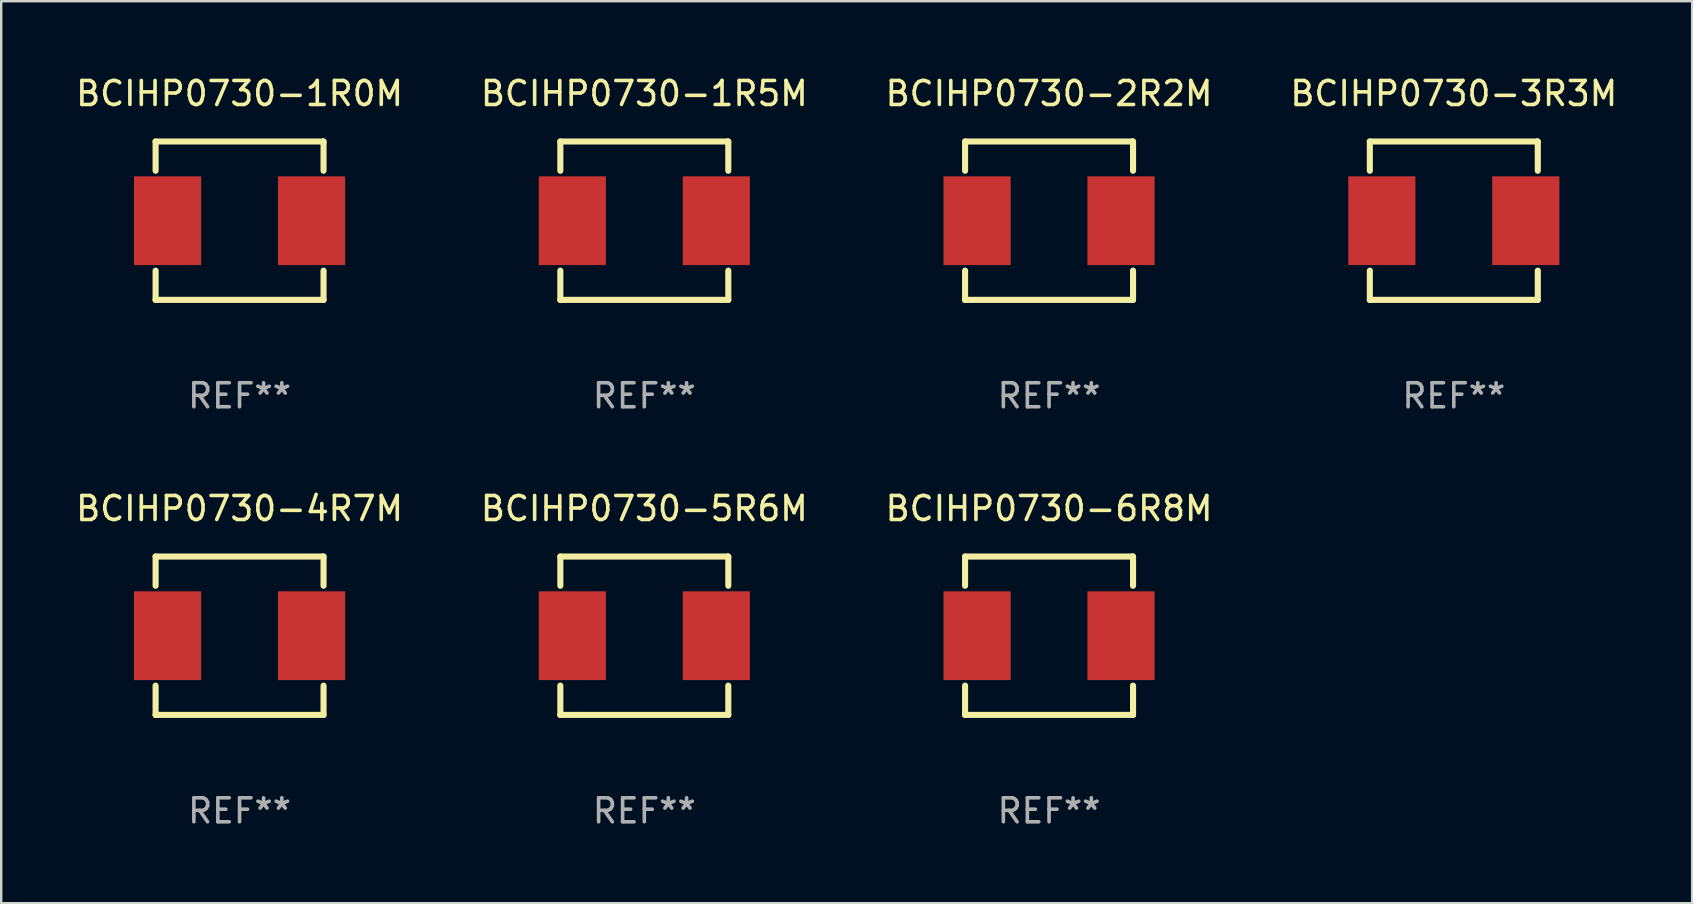
<source format=kicad_pcb>
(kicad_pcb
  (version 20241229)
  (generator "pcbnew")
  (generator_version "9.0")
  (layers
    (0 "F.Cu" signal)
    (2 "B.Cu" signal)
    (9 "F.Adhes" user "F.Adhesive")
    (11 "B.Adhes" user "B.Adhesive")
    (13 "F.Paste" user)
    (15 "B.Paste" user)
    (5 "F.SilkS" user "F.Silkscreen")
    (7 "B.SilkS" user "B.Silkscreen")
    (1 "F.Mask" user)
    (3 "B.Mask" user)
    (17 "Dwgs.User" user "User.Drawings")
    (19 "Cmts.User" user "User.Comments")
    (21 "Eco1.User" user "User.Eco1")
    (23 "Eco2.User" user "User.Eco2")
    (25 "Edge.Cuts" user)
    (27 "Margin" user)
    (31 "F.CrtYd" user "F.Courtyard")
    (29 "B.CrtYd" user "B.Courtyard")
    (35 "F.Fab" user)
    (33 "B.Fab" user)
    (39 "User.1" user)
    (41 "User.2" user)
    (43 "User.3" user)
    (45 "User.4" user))
  (footprint "BCIHP0730-1R5M"
    (layer "F.Cu")
    (at 23.804 6.148)
    (property "Reference" "BCIHP0730-1R5M" (at 0 -5.3 0) (layer "F.SilkS") (effects (font (size 1 1) (thickness 0.15))))
    (attr through_hole)
    (fp_line (start -3.5 -3.3) (end 3.48 -3.3) (stroke (width 0.254) (type solid)) (layer "F.SilkS"))
    (fp_line (start -3.5 -2.081) (end -3.5 -3.3) (stroke (width 0.254) (type solid)) (layer "F.SilkS"))
    (fp_line (start -3.5 3.3) (end -3.5 2.081) (stroke (width 0.254) (type solid)) (layer "F.SilkS"))
    (fp_line (start -3.49 3.3) (end -3.5 3.3) (stroke (width 0.254) (type solid)) (layer "F.SilkS"))
    (fp_line (start 3.48 -3.3) (end 3.5 -3.28) (stroke (width 0.254) (type solid)) (layer "F.SilkS"))
    (fp_line (start 3.5 -3.3) (end 3.5 -2.081) (stroke (width 0.254) (type solid)) (layer "F.SilkS"))
    (fp_line (start 3.5 2.081) (end 3.5 3.3) (stroke (width 0.254) (type solid)) (layer "F.SilkS"))
    (fp_line (start 3.5 3.3) (end -3.49 3.3) (stroke (width 0.254) (type solid)) (layer "F.SilkS"))
    (fp_circle (center -3.5 3.3) (end -3.47 3.3) (stroke (width 0.06) (type solid)) (fill no) (layer "F.SilkS"))
    (fp_text user "REF**" (at 0 7.3 0) (layer "F.Fab") (effects (font (size 1 1) (thickness 0.15))))
    (pad "1" smd rect (at -3 0) (size 2.8 3.7) (layers "F.Cu" "F.Mask" "F.Paste"))
    (pad "2" smd rect (at 3 0) (size 2.8 3.7) (layers "F.Cu" "F.Mask" "F.Paste")))
  (footprint "BCIHP0730-1R0M"
    (layer "F.Cu")
    (at 6.935 6.148)
    (property "Reference" "BCIHP0730-1R0M" (at 0 -5.3 0) (layer "F.SilkS") (effects (font (size 1 1) (thickness 0.15))))
    (attr through_hole)
    (fp_line (start -3.5 -3.3) (end 3.48 -3.3) (stroke (width 0.254) (type solid)) (layer "F.SilkS"))
    (fp_line (start -3.5 -2.081) (end -3.5 -3.3) (stroke (width 0.254) (type solid)) (layer "F.SilkS"))
    (fp_line (start -3.5 3.3) (end -3.5 2.081) (stroke (width 0.254) (type solid)) (layer "F.SilkS"))
    (fp_line (start -3.49 3.3) (end -3.5 3.3) (stroke (width 0.254) (type solid)) (layer "F.SilkS"))
    (fp_line (start 3.48 -3.3) (end 3.5 -3.28) (stroke (width 0.254) (type solid)) (layer "F.SilkS"))
    (fp_line (start 3.5 -3.3) (end 3.5 -2.081) (stroke (width 0.254) (type solid)) (layer "F.SilkS"))
    (fp_line (start 3.5 2.081) (end 3.5 3.3) (stroke (width 0.254) (type solid)) (layer "F.SilkS"))
    (fp_line (start 3.5 3.3) (end -3.49 3.3) (stroke (width 0.254) (type solid)) (layer "F.SilkS"))
    (fp_circle (center -3.5 3.3) (end -3.47 3.3) (stroke (width 0.06) (type solid)) (fill no) (layer "F.SilkS"))
    (fp_text user "REF**" (at 0 7.3 0) (layer "F.Fab") (effects (font (size 1 1) (thickness 0.15))))
    (pad "1" smd rect (at -3 0) (size 2.8 3.7) (layers "F.Cu" "F.Mask" "F.Paste"))
    (pad "2" smd rect (at 3 0) (size 2.8 3.7) (layers "F.Cu" "F.Mask" "F.Paste")))
  (footprint "BCIHP0730-2R2M"
    (layer "F.Cu")
    (at 40.673 6.148)
    (property "Reference" "BCIHP0730-2R2M" (at 0 -5.3 0) (layer "F.SilkS") (effects (font (size 1 1) (thickness 0.15))))
    (attr through_hole)
    (fp_line (start -3.5 -3.3) (end 3.48 -3.3) (stroke (width 0.254) (type solid)) (layer "F.SilkS"))
    (fp_line (start -3.5 -2.081) (end -3.5 -3.3) (stroke (width 0.254) (type solid)) (layer "F.SilkS"))
    (fp_line (start -3.5 3.3) (end -3.5 2.081) (stroke (width 0.254) (type solid)) (layer "F.SilkS"))
    (fp_line (start -3.49 3.3) (end -3.5 3.3) (stroke (width 0.254) (type solid)) (layer "F.SilkS"))
    (fp_line (start 3.48 -3.3) (end 3.5 -3.28) (stroke (width 0.254) (type solid)) (layer "F.SilkS"))
    (fp_line (start 3.5 -3.3) (end 3.5 -2.081) (stroke (width 0.254) (type solid)) (layer "F.SilkS"))
    (fp_line (start 3.5 2.081) (end 3.5 3.3) (stroke (width 0.254) (type solid)) (layer "F.SilkS"))
    (fp_line (start 3.5 3.3) (end -3.49 3.3) (stroke (width 0.254) (type solid)) (layer "F.SilkS"))
    (fp_circle (center -3.5 3.3) (end -3.47 3.3) (stroke (width 0.06) (type solid)) (fill no) (layer "F.SilkS"))
    (fp_text user "REF**" (at 0 7.3 0) (layer "F.Fab") (effects (font (size 1 1) (thickness 0.15))))
    (pad "1" smd rect (at -3 0) (size 2.8 3.7) (layers "F.Cu" "F.Mask" "F.Paste"))
    (pad "2" smd rect (at 3 0) (size 2.8 3.7) (layers "F.Cu" "F.Mask" "F.Paste")))
  (footprint "BCIHP0730-6R8M"
    (layer "F.Cu")
    (at 40.673 23.445)
    (property "Reference" "BCIHP0730-6R8M" (at 0 -5.3 0) (layer "F.SilkS") (effects (font (size 1 1) (thickness 0.15))))
    (attr through_hole)
    (fp_line (start -3.5 -3.3) (end 3.48 -3.3) (stroke (width 0.254) (type solid)) (layer "F.SilkS"))
    (fp_line (start -3.5 -2.081) (end -3.5 -3.3) (stroke (width 0.254) (type solid)) (layer "F.SilkS"))
    (fp_line (start -3.5 3.3) (end -3.5 2.081) (stroke (width 0.254) (type solid)) (layer "F.SilkS"))
    (fp_line (start -3.49 3.3) (end -3.5 3.3) (stroke (width 0.254) (type solid)) (layer "F.SilkS"))
    (fp_line (start 3.48 -3.3) (end 3.5 -3.28) (stroke (width 0.254) (type solid)) (layer "F.SilkS"))
    (fp_line (start 3.5 -3.3) (end 3.5 -2.081) (stroke (width 0.254) (type solid)) (layer "F.SilkS"))
    (fp_line (start 3.5 2.081) (end 3.5 3.3) (stroke (width 0.254) (type solid)) (layer "F.SilkS"))
    (fp_line (start 3.5 3.3) (end -3.49 3.3) (stroke (width 0.254) (type solid)) (layer "F.SilkS"))
    (fp_circle (center -3.5 3.3) (end -3.47 3.3) (stroke (width 0.06) (type solid)) (fill no) (layer "F.SilkS"))
    (fp_text user "REF**" (at 0 7.3 0) (layer "F.Fab") (effects (font (size 1 1) (thickness 0.15))))
    (pad "1" smd rect (at -3 0) (size 2.8 3.7) (layers "F.Cu" "F.Mask" "F.Paste"))
    (pad "2" smd rect (at 3 0) (size 2.8 3.7) (layers "F.Cu" "F.Mask" "F.Paste")))
  (footprint "BCIHP0730-4R7M"
    (layer "F.Cu")
    (at 6.935 23.445)
    (property "Reference" "BCIHP0730-4R7M" (at 0 -5.3 0) (layer "F.SilkS") (effects (font (size 1 1) (thickness 0.15))))
    (attr through_hole)
    (fp_line (start -3.5 -3.3) (end 3.48 -3.3) (stroke (width 0.254) (type solid)) (layer "F.SilkS"))
    (fp_line (start -3.5 -2.081) (end -3.5 -3.3) (stroke (width 0.254) (type solid)) (layer "F.SilkS"))
    (fp_line (start -3.5 3.3) (end -3.5 2.081) (stroke (width 0.254) (type solid)) (layer "F.SilkS"))
    (fp_line (start -3.49 3.3) (end -3.5 3.3) (stroke (width 0.254) (type solid)) (layer "F.SilkS"))
    (fp_line (start 3.48 -3.3) (end 3.5 -3.28) (stroke (width 0.254) (type solid)) (layer "F.SilkS"))
    (fp_line (start 3.5 -3.3) (end 3.5 -2.081) (stroke (width 0.254) (type solid)) (layer "F.SilkS"))
    (fp_line (start 3.5 2.081) (end 3.5 3.3) (stroke (width 0.254) (type solid)) (layer "F.SilkS"))
    (fp_line (start 3.5 3.3) (end -3.49 3.3) (stroke (width 0.254) (type solid)) (layer "F.SilkS"))
    (fp_circle (center -3.5 3.3) (end -3.47 3.3) (stroke (width 0.06) (type solid)) (fill no) (layer "F.SilkS"))
    (fp_text user "REF**" (at 0 7.3 0) (layer "F.Fab") (effects (font (size 1 1) (thickness 0.15))))
    (pad "1" smd rect (at -3 0) (size 2.8 3.7) (layers "F.Cu" "F.Mask" "F.Paste"))
    (pad "2" smd rect (at 3 0) (size 2.8 3.7) (layers "F.Cu" "F.Mask" "F.Paste")))
  (footprint "BCIHP0730-5R6M"
    (layer "F.Cu")
    (at 23.804 23.445)
    (property "Reference" "BCIHP0730-5R6M" (at 0 -5.3 0) (layer "F.SilkS") (effects (font (size 1 1) (thickness 0.15))))
    (attr through_hole)
    (fp_line (start -3.5 -3.3) (end 3.48 -3.3) (stroke (width 0.254) (type solid)) (layer "F.SilkS"))
    (fp_line (start -3.5 -2.081) (end -3.5 -3.3) (stroke (width 0.254) (type solid)) (layer "F.SilkS"))
    (fp_line (start -3.5 3.3) (end -3.5 2.081) (stroke (width 0.254) (type solid)) (layer "F.SilkS"))
    (fp_line (start -3.49 3.3) (end -3.5 3.3) (stroke (width 0.254) (type solid)) (layer "F.SilkS"))
    (fp_line (start 3.48 -3.3) (end 3.5 -3.28) (stroke (width 0.254) (type solid)) (layer "F.SilkS"))
    (fp_line (start 3.5 -3.3) (end 3.5 -2.081) (stroke (width 0.254) (type solid)) (layer "F.SilkS"))
    (fp_line (start 3.5 2.081) (end 3.5 3.3) (stroke (width 0.254) (type solid)) (layer "F.SilkS"))
    (fp_line (start 3.5 3.3) (end -3.49 3.3) (stroke (width 0.254) (type solid)) (layer "F.SilkS"))
    (fp_circle (center -3.5 3.3) (end -3.47 3.3) (stroke (width 0.06) (type solid)) (fill no) (layer "F.SilkS"))
    (fp_text user "REF**" (at 0 7.3 0) (layer "F.Fab") (effects (font (size 1 1) (thickness 0.15))))
    (pad "1" smd rect (at -3 0) (size 2.8 3.7) (layers "F.Cu" "F.Mask" "F.Paste"))
    (pad "2" smd rect (at 3 0) (size 2.8 3.7) (layers "F.Cu" "F.Mask" "F.Paste")))
  (footprint "BCIHP0730-3R3M"
    (layer "F.Cu")
    (at 57.542 6.148)
    (property "Reference" "BCIHP0730-3R3M" (at 0 -5.3 0) (layer "F.SilkS") (effects (font (size 1 1) (thickness 0.15))))
    (attr through_hole)
    (fp_line (start -3.5 -3.3) (end 3.48 -3.3) (stroke (width 0.254) (type solid)) (layer "F.SilkS"))
    (fp_line (start -3.5 -2.081) (end -3.5 -3.3) (stroke (width 0.254) (type solid)) (layer "F.SilkS"))
    (fp_line (start -3.5 3.3) (end -3.5 2.081) (stroke (width 0.254) (type solid)) (layer "F.SilkS"))
    (fp_line (start -3.49 3.3) (end -3.5 3.3) (stroke (width 0.254) (type solid)) (layer "F.SilkS"))
    (fp_line (start 3.48 -3.3) (end 3.5 -3.28) (stroke (width 0.254) (type solid)) (layer "F.SilkS"))
    (fp_line (start 3.5 -3.3) (end 3.5 -2.081) (stroke (width 0.254) (type solid)) (layer "F.SilkS"))
    (fp_line (start 3.5 2.081) (end 3.5 3.3) (stroke (width 0.254) (type solid)) (layer "F.SilkS"))
    (fp_line (start 3.5 3.3) (end -3.49 3.3) (stroke (width 0.254) (type solid)) (layer "F.SilkS"))
    (fp_circle (center -3.5 3.3) (end -3.47 3.3) (stroke (width 0.06) (type solid)) (fill no) (layer "F.SilkS"))
    (fp_text user "REF**" (at 0 7.3 0) (layer "F.Fab") (effects (font (size 1 1) (thickness 0.15))))
    (pad "1" smd rect (at -3 0) (size 2.8 3.7) (layers "F.Cu" "F.Mask" "F.Paste"))
    (pad "2" smd rect (at 3 0) (size 2.8 3.7) (layers "F.Cu" "F.Mask" "F.Paste")))
  (gr_rect
    (start -3 -3)
    (end 67.476 34.593)
    (stroke (width 0.1) (type default))
    (fill no)
    (layer "Edge.Cuts")))
</source>
